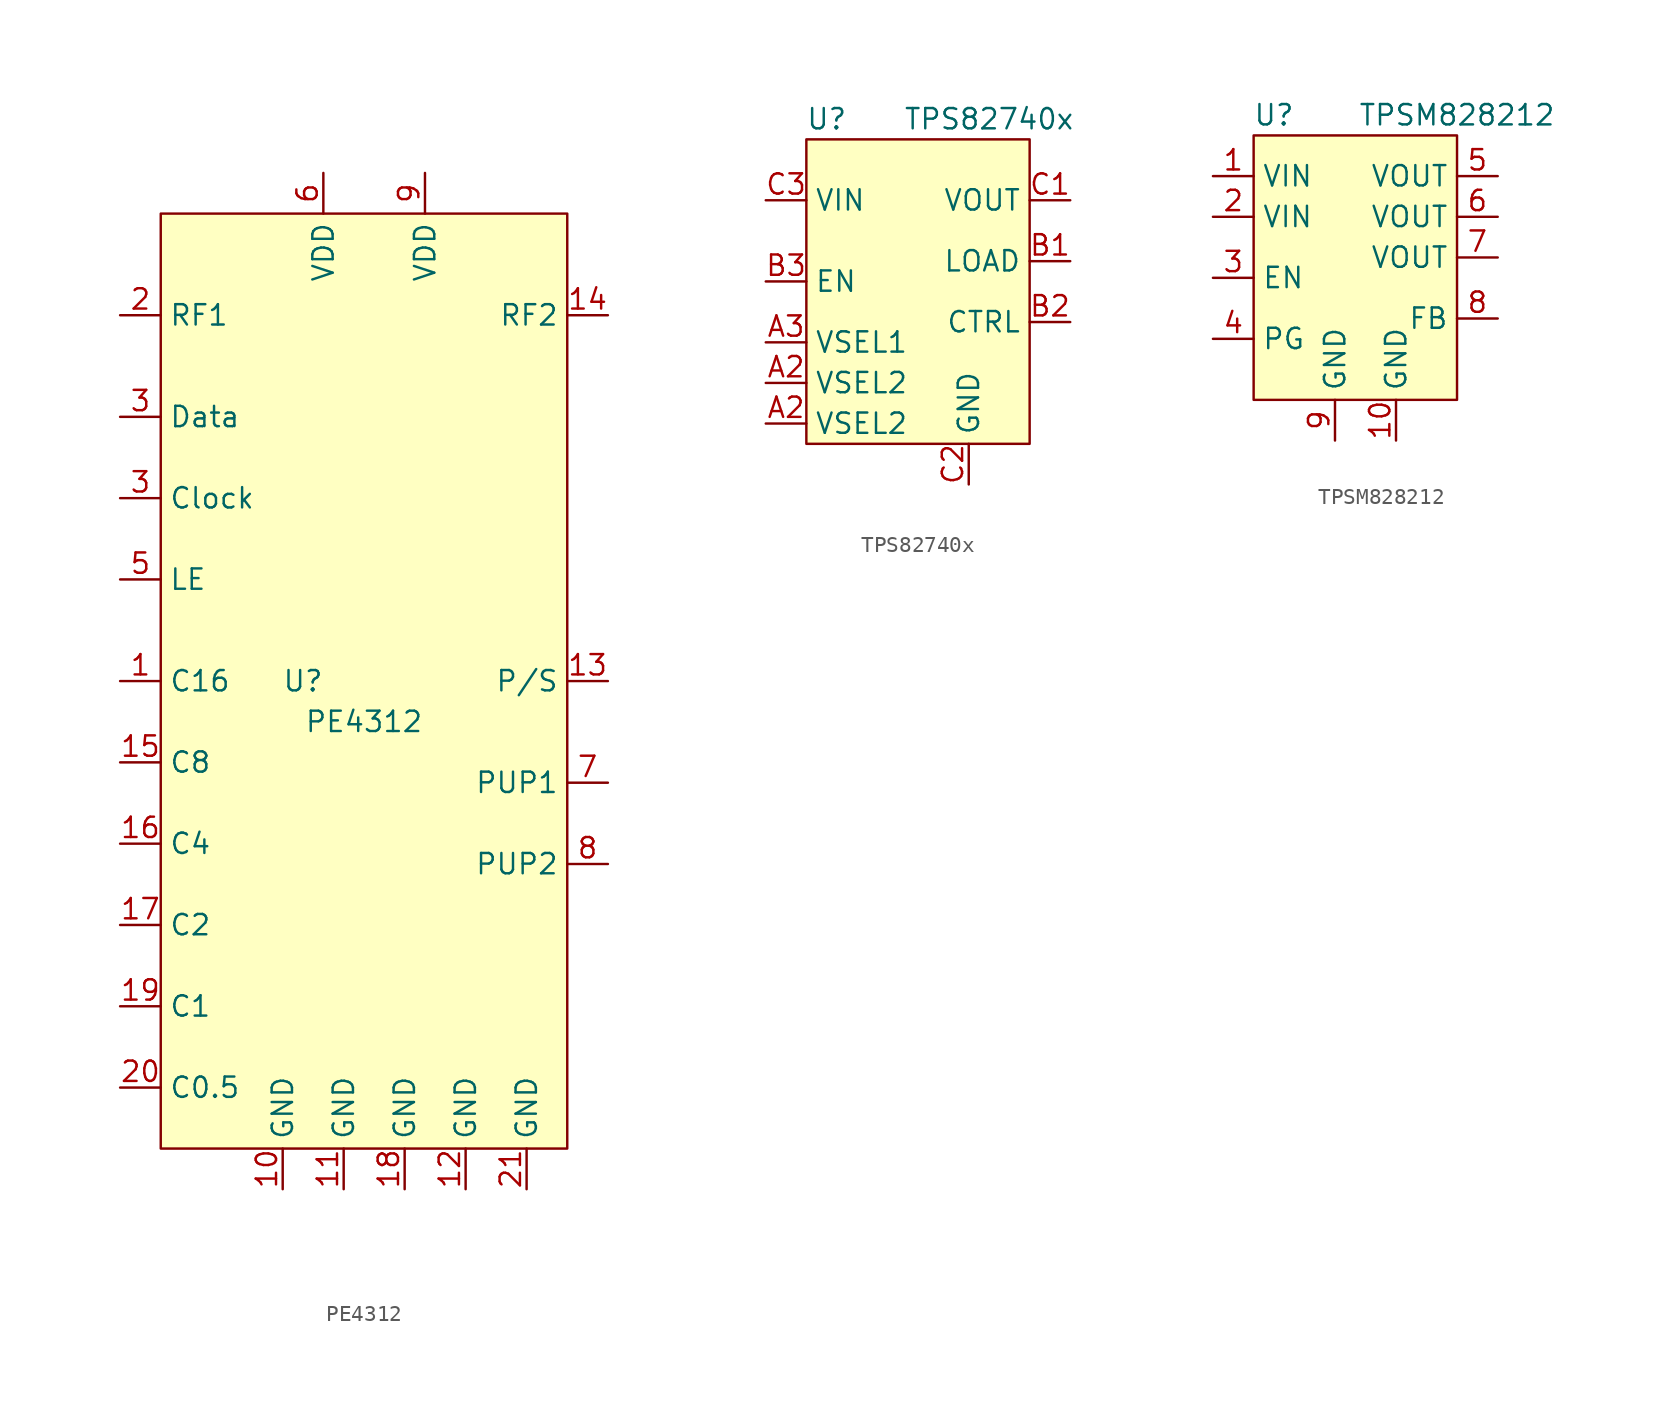
<source format=kicad_sym>
(kicad_symbol_lib
  (version 20220914)
  (generator kicad_symbol_editor)
  (symbol "PE4312"
    (property "Reference" "U"
      (at -3.81 2.54 0)
      (effects (font (size 1.27 1.27))))
    (property "Value" "PE4312"
      (at 0 0 0)
      (effects (font (size 1.27 1.27))))
    (symbol "PE4312_1_1"
      (polyline (pts (xy -12.7 31.75) (xy -12.7 -26.67) (xy 12.7 -26.67) (xy 12.7 31.75) (xy -12.7 31.75)) (stroke (width 0) (type default)) (fill (type background)))
      (pin input line (at -15.24 2.54 0) (length 2.54) (name "C16" (effects (font (size 1.27 1.27)))) (number "1" (effects (font (size 1.27 1.27)))))
      (pin power_in line (at -5.08 -29.21 90) (length 2.54) (name "GND" (effects (font (size 1.27 1.27)))) (number "10" (effects (font (size 1.27 1.27)))))
      (pin power_in line (at -1.27 -29.21 90) (length 2.54) (name "GND" (effects (font (size 1.27 1.27)))) (number "11" (effects (font (size 1.27 1.27)))))
      (pin power_in line (at 6.35 -29.21 90) (length 2.54) (name "GND" (effects (font (size 1.27 1.27)))) (number "12" (effects (font (size 1.27 1.27)))))
      (pin input line (at 15.24 2.54 180) (length 2.54) (name "P/S" (effects (font (size 1.27 1.27)))) (number "13" (effects (font (size 1.27 1.27)))))
      (pin output line (at 15.24 25.4 180) (length 2.54) (name "RF2" (effects (font (size 1.27 1.27)))) (number "14" (effects (font (size 1.27 1.27)))))
      (pin input line (at -15.24 -2.54 0) (length 2.54) (name "C8" (effects (font (size 1.27 1.27)))) (number "15" (effects (font (size 1.27 1.27)))))
      (pin input line (at -15.24 -7.62 0) (length 2.54) (name "C4" (effects (font (size 1.27 1.27)))) (number "16" (effects (font (size 1.27 1.27)))))
      (pin input line (at -15.24 -12.7 0) (length 2.54) (name "C2" (effects (font (size 1.27 1.27)))) (number "17" (effects (font (size 1.27 1.27)))))
      (pin power_in line (at 2.54 -29.21 90) (length 2.54) (name "GND" (effects (font (size 1.27 1.27)))) (number "18" (effects (font (size 1.27 1.27)))))
      (pin input line (at -15.24 -17.78 0) (length 2.54) (name "C1" (effects (font (size 1.27 1.27)))) (number "19" (effects (font (size 1.27 1.27)))))
      (pin input line (at -15.24 25.4 0) (length 2.54) (name "RF1" (effects (font (size 1.27 1.27)))) (number "2" (effects (font (size 1.27 1.27)))))
      (pin power_in line (at -15.24 -22.86 0) (length 2.54) (name "C0.5" (effects (font (size 1.27 1.27)))) (number "20" (effects (font (size 1.27 1.27)))))
      (pin power_in line (at 10.16 -29.21 90) (length 2.54) (name "GND" (effects (font (size 1.27 1.27)))) (number "21" (effects (font (size 1.27 1.27)))))
      (pin input line (at -15.24 13.97 0) (length 2.54) (name "Clock" (effects (font (size 1.27 1.27)))) (number "3" (effects (font (size 1.27 1.27)))))
      (pin input line (at -15.24 19.05 0) (length 2.54) (name "Data" (effects (font (size 1.27 1.27)))) (number "3" (effects (font (size 1.27 1.27)))))
      (pin input line (at -15.24 8.89 0) (length 2.54) (name "LE" (effects (font (size 1.27 1.27)))) (number "5" (effects (font (size 1.27 1.27)))))
      (pin power_in line (at -2.54 34.29 270) (length 2.54) (name "VDD" (effects (font (size 1.27 1.27)))) (number "6" (effects (font (size 1.27 1.27)))))
      (pin input line (at 15.24 -3.81 180) (length 2.54) (name "PUP1" (effects (font (size 1.27 1.27)))) (number "7" (effects (font (size 1.27 1.27)))))
      (pin input line (at 15.24 -8.89 180) (length 2.54) (name "PUP2" (effects (font (size 1.27 1.27)))) (number "8" (effects (font (size 1.27 1.27)))))
      (pin power_in line (at 3.81 34.29 270) (length 2.54) (name "VDD" (effects (font (size 1.27 1.27)))) (number "9" (effects (font (size 1.27 1.27)))))))
  (symbol "TPS82740x"
    (property "Reference" "U"
      (at -5.08 10.16 0)
      (effects (font (size 1.27 1.27))))
    (property "Value" "TPS82740x"
      (at 5.08 10.16 0)
      (effects (font (size 1.27 1.27))))
    (symbol "TPS82740x_1_1"
      (polyline (pts (xy -6.35 8.89) (xy -6.35 -10.16) (xy 7.62 -10.16) (xy 7.62 8.89) (xy -6.35 8.89)) (stroke (width 0) (type default)) (fill (type background)))
      (pin input line (at -8.89 -8.89 0) (length 2.54) (name "VSEL2" (effects (font (size 1.27 1.27)))) (number "A2" (effects (font (size 1.27 1.27)))))
      (pin input line (at -8.89 -6.35 0) (length 2.54) (name "VSEL2" (effects (font (size 1.27 1.27)))) (number "A2" (effects (font (size 1.27 1.27)))))
      (pin input line (at -8.89 -3.81 0) (length 2.54) (name "VSEL1" (effects (font (size 1.27 1.27)))) (number "A3" (effects (font (size 1.27 1.27)))))
      (pin power_out line (at 10.16 1.27 180) (length 2.54) (name "LOAD" (effects (font (size 1.27 1.27)))) (number "B1" (effects (font (size 1.27 1.27)))))
      (pin input line (at 10.16 -2.54 180) (length 2.54) (name "CTRL" (effects (font (size 1.27 1.27)))) (number "B2" (effects (font (size 1.27 1.27)))))
      (pin input line (at -8.89 0 0) (length 2.54) (name "EN" (effects (font (size 1.27 1.27)))) (number "B3" (effects (font (size 1.27 1.27)))))
      (pin power_out line (at 10.16 5.08 180) (length 2.54) (name "VOUT" (effects (font (size 1.27 1.27)))) (number "C1" (effects (font (size 1.27 1.27)))))
      (pin power_in line (at 3.81 -12.7 90) (length 2.54) (name "GND" (effects (font (size 1.27 1.27)))) (number "C2" (effects (font (size 1.27 1.27)))))
      (pin power_in line (at -8.89 5.08 0) (length 2.54) (name "VIN" (effects (font (size 1.27 1.27)))) (number "C3" (effects (font (size 1.27 1.27)))))))
  (symbol "TPSM828212"
    (property "Reference" "U"
      (at -5.08 8.89 0)
      (effects (font (size 1.27 1.27))))
    (property "Value" "TPSM828212"
      (at 6.35 8.89 0)
      (effects (font (size 1.27 1.27))))
    (symbol "TPSM828212_1_1"
      (polyline (pts (xy -6.35 7.62) (xy -6.35 -8.89) (xy 6.35 -8.89) (xy 6.35 7.62) (xy -6.35 7.62)) (stroke (width 0) (type default)) (fill (type background)))
      (pin power_in line (at -8.89 5.08 0) (length 2.54) (name "VIN" (effects (font (size 1.27 1.27)))) (number "1" (effects (font (size 1.27 1.27)))))
      (pin power_in line (at 2.54 -11.43 90) (length 2.54) (name "GND" (effects (font (size 1.27 1.27)))) (number "10" (effects (font (size 1.27 1.27)))))
      (pin power_in line (at -8.89 2.54 0) (length 2.54) (name "VIN" (effects (font (size 1.27 1.27)))) (number "2" (effects (font (size 1.27 1.27)))))
      (pin input line (at -8.89 -1.27 0) (length 2.54) (name "EN" (effects (font (size 1.27 1.27)))) (number "3" (effects (font (size 1.27 1.27)))))
      (pin output line (at -8.89 -5.08 0) (length 2.54) (name "PG" (effects (font (size 1.27 1.27)))) (number "4" (effects (font (size 1.27 1.27)))))
      (pin power_out line (at 8.89 5.08 180) (length 2.54) (name "VOUT" (effects (font (size 1.27 1.27)))) (number "5" (effects (font (size 1.27 1.27)))))
      (pin power_out line (at 8.89 2.54 180) (length 2.54) (name "VOUT" (effects (font (size 1.27 1.27)))) (number "6" (effects (font (size 1.27 1.27)))))
      (pin power_out line (at 8.89 0 180) (length 2.54) (name "VOUT" (effects (font (size 1.27 1.27)))) (number "7" (effects (font (size 1.27 1.27)))))
      (pin input line (at 8.89 -3.81 180) (length 2.54) (name "FB" (effects (font (size 1.27 1.27)))) (number "8" (effects (font (size 1.27 1.27)))))
      (pin power_in line (at -1.27 -11.43 90) (length 2.54) (name "GND" (effects (font (size 1.27 1.27)))) (number "9" (effects (font (size 1.27 1.27))))))))
</source>
